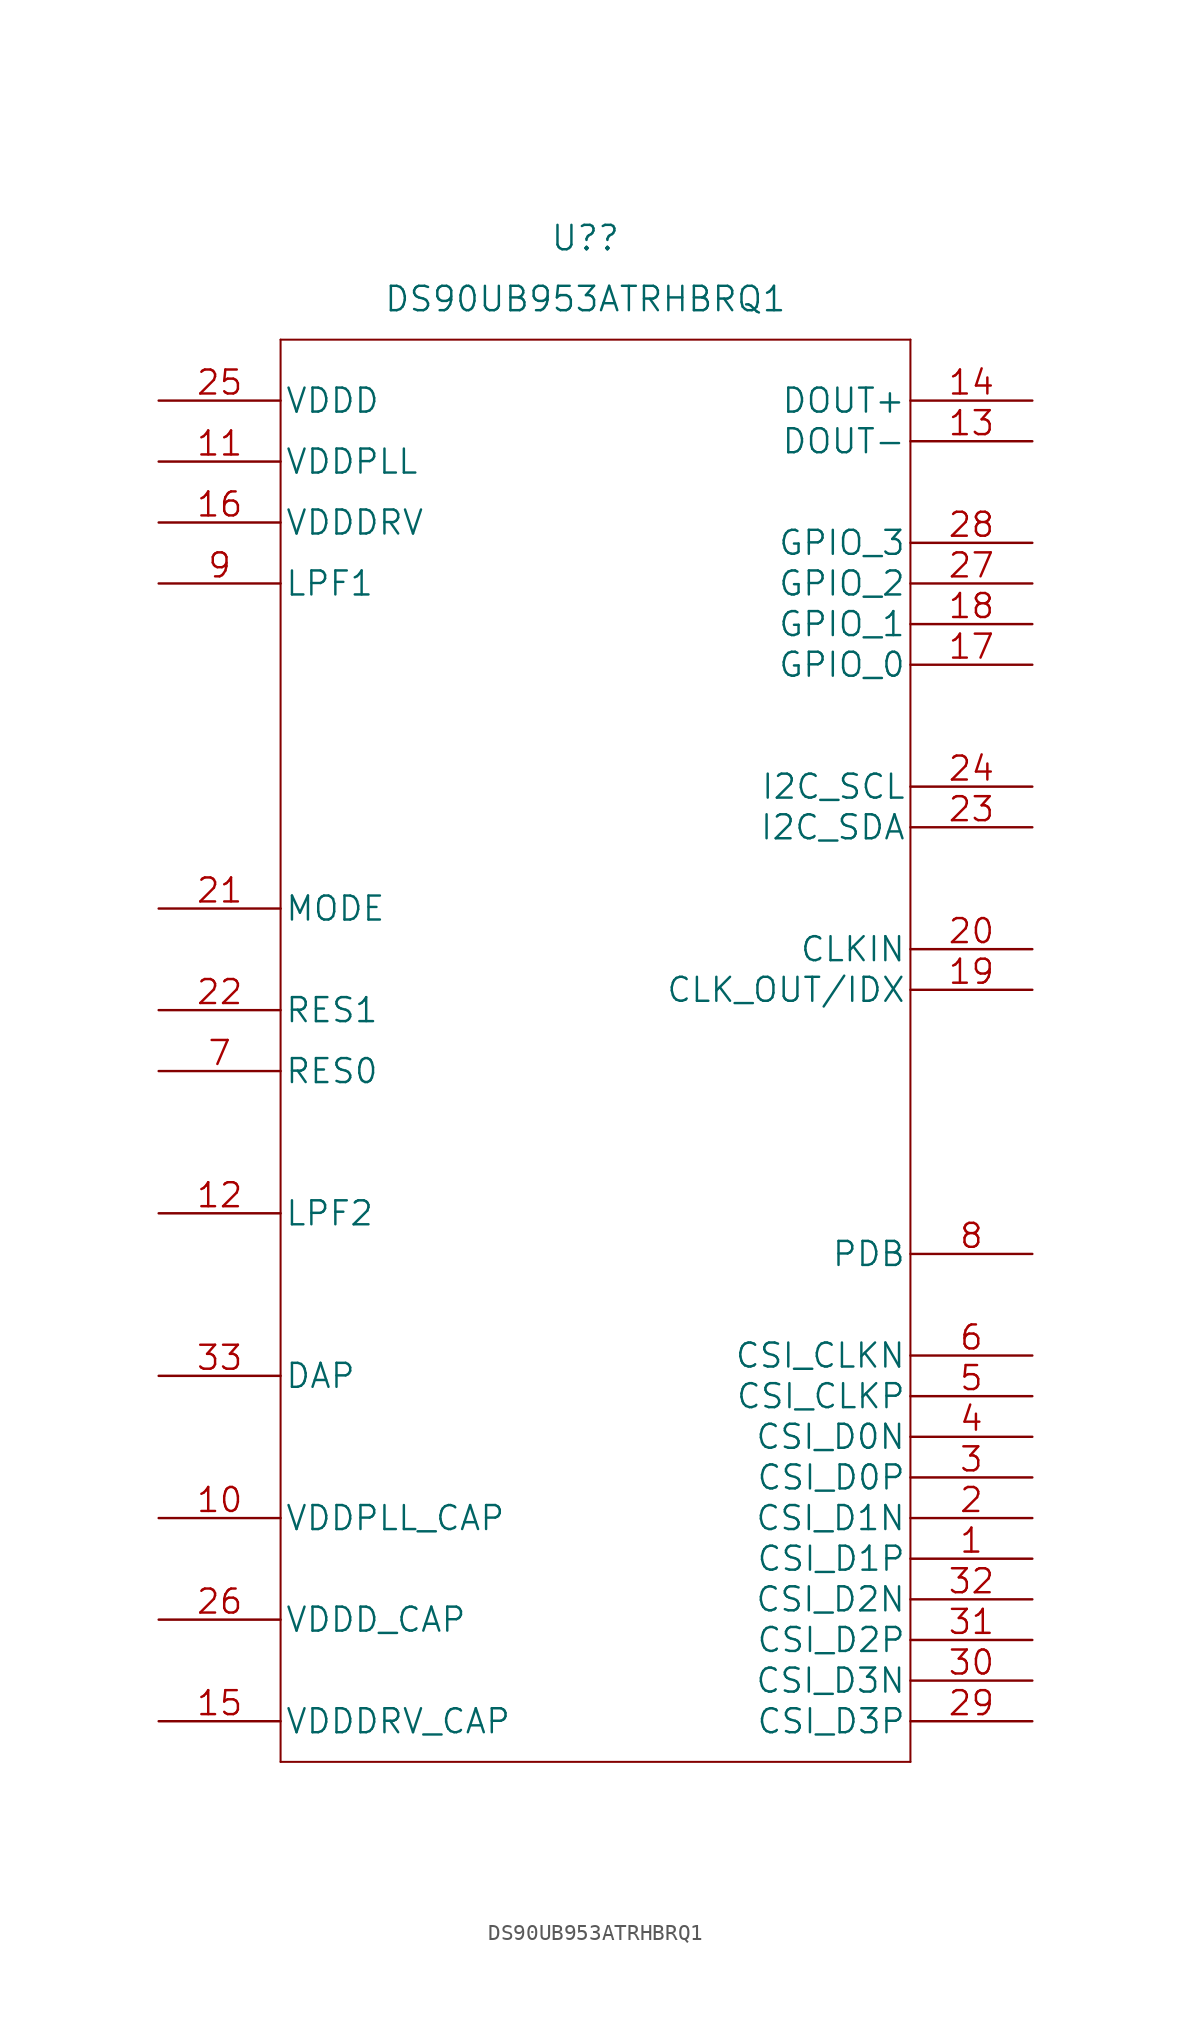
<source format=kicad_sym>
(kicad_symbol_lib
  (version 20211014)
  (generator kicad_symbol_editor)
  (symbol "DS90UB953ATRHBRQ1"
    (pin_names
      (offset 0.254))
    (property "Reference" "U?"
      (at 26.67 11.43 0)
      (effects (font (size 1.524 1.524))))
    (property "Value" "DS90UB953ATRHBRQ1"
      (at 26.67 7.62 0)
      (effects (font (size 1.524 1.524))))
    (property "Datasheet" ""
      (at 0 0 0)
      (effects (font (size 1.524 1.524))))
    (property "ki_locked" ""
      (at 0 0 0)
      (effects (font (size 1.27 1.27))))
    (symbol "DS90UB953ATRHBRQ1_1_1"
      (polyline (pts (xy 7.62 -83.82) (xy 46.99 -83.82)) (stroke (width 0.127) (type default) (color 0 0 0 0)) (fill (type none)))
      (polyline (pts (xy 7.62 5.08) (xy 7.62 -83.82)) (stroke (width 0.127) (type default) (color 0 0 0 0)) (fill (type none)))
      (polyline (pts (xy 46.99 -83.82) (xy 46.99 5.08)) (stroke (width 0.127) (type default) (color 0 0 0 0)) (fill (type none)))
      (polyline (pts (xy 46.99 5.08) (xy 7.62 5.08)) (stroke (width 0.127) (type default) (color 0 0 0 0)) (fill (type none)))
      (pin input line (at 54.61 -71.12 180) (length 7.62) (name "CSI_D1P" (effects (font (size 1.499 1.499)))) (number "1" (effects (font (size 1.499 1.499)))))
      (pin power_in line (at 0 -68.58 0) (length 7.62) (name "VDDPLL_CAP" (effects (font (size 1.499 1.499)))) (number "10" (effects (font (size 1.499 1.499)))))
      (pin power_in line (at 0 -2.54 0) (length 7.62) (name "VDDPLL" (effects (font (size 1.499 1.499)))) (number "11" (effects (font (size 1.499 1.499)))))
      (pin power_in line (at 0 -49.53 0) (length 7.62) (name "LPF2" (effects (font (size 1.499 1.499)))) (number "12" (effects (font (size 1.499 1.499)))))
      (pin bidirectional line (at 54.61 -1.27 180) (length 7.62) (name "DOUT-" (effects (font (size 1.499 1.499)))) (number "13" (effects (font (size 1.499 1.499)))))
      (pin bidirectional line (at 54.61 1.27 180) (length 7.62) (name "DOUT+" (effects (font (size 1.499 1.499)))) (number "14" (effects (font (size 1.499 1.499)))))
      (pin power_in line (at 0 -81.28 0) (length 7.62) (name "VDDDRV_CAP" (effects (font (size 1.499 1.499)))) (number "15" (effects (font (size 1.499 1.499)))))
      (pin power_in line (at 0 -6.35 0) (length 7.62) (name "VDDDRV" (effects (font (size 1.499 1.499)))) (number "16" (effects (font (size 1.499 1.499)))))
      (pin bidirectional line (at 54.61 -15.24 180) (length 7.62) (name "GPIO_0" (effects (font (size 1.499 1.499)))) (number "17" (effects (font (size 1.499 1.499)))))
      (pin bidirectional line (at 54.61 -12.7 180) (length 7.62) (name "GPIO_1" (effects (font (size 1.499 1.499)))) (number "18" (effects (font (size 1.499 1.499)))))
      (pin bidirectional line (at 54.61 -35.56 180) (length 7.62) (name "CLK_OUT/IDX" (effects (font (size 1.499 1.499)))) (number "19" (effects (font (size 1.499 1.499)))))
      (pin input line (at 54.61 -68.58 180) (length 7.62) (name "CSI_D1N" (effects (font (size 1.499 1.499)))) (number "2" (effects (font (size 1.499 1.499)))))
      (pin input line (at 54.61 -33.02 180) (length 7.62) (name "CLKIN" (effects (font (size 1.499 1.499)))) (number "20" (effects (font (size 1.499 1.499)))))
      (pin input line (at 0 -30.48 0) (length 7.62) (name "MODE" (effects (font (size 1.499 1.499)))) (number "21" (effects (font (size 1.499 1.499)))))
      (pin input line (at 0 -36.83 0) (length 7.62) (name "RES1" (effects (font (size 1.499 1.499)))) (number "22" (effects (font (size 1.499 1.499)))))
      (pin unspecified line (at 54.61 -25.4 180) (length 7.62) (name "I2C_SDA" (effects (font (size 1.499 1.499)))) (number "23" (effects (font (size 1.499 1.499)))))
      (pin unspecified line (at 54.61 -22.86 180) (length 7.62) (name "I2C_SCL" (effects (font (size 1.499 1.499)))) (number "24" (effects (font (size 1.499 1.499)))))
      (pin power_in line (at 0 1.27 0) (length 7.62) (name "VDDD" (effects (font (size 1.499 1.499)))) (number "25" (effects (font (size 1.499 1.499)))))
      (pin power_in line (at 0 -74.93 0) (length 7.62) (name "VDDD_CAP" (effects (font (size 1.499 1.499)))) (number "26" (effects (font (size 1.499 1.499)))))
      (pin bidirectional line (at 54.61 -10.16 180) (length 7.62) (name "GPIO_2" (effects (font (size 1.499 1.499)))) (number "27" (effects (font (size 1.499 1.499)))))
      (pin bidirectional line (at 54.61 -7.62 180) (length 7.62) (name "GPIO_3" (effects (font (size 1.499 1.499)))) (number "28" (effects (font (size 1.499 1.499)))))
      (pin input line (at 54.61 -81.28 180) (length 7.62) (name "CSI_D3P" (effects (font (size 1.499 1.499)))) (number "29" (effects (font (size 1.499 1.499)))))
      (pin input line (at 54.61 -66.04 180) (length 7.62) (name "CSI_D0P" (effects (font (size 1.499 1.499)))) (number "3" (effects (font (size 1.499 1.499)))))
      (pin input line (at 54.61 -78.74 180) (length 7.62) (name "CSI_D3N" (effects (font (size 1.499 1.499)))) (number "30" (effects (font (size 1.499 1.499)))))
      (pin input line (at 54.61 -76.2 180) (length 7.62) (name "CSI_D2P" (effects (font (size 1.499 1.499)))) (number "31" (effects (font (size 1.499 1.499)))))
      (pin input line (at 54.61 -73.66 180) (length 7.62) (name "CSI_D2N" (effects (font (size 1.499 1.499)))) (number "32" (effects (font (size 1.499 1.499)))))
      (pin power_in line (at 0 -59.69 0) (length 7.62) (name "DAP" (effects (font (size 1.499 1.499)))) (number "33" (effects (font (size 1.499 1.499)))))
      (pin input line (at 54.61 -63.5 180) (length 7.62) (name "CSI_D0N" (effects (font (size 1.499 1.499)))) (number "4" (effects (font (size 1.499 1.499)))))
      (pin input line (at 54.61 -60.96 180) (length 7.62) (name "CSI_CLKP" (effects (font (size 1.499 1.499)))) (number "5" (effects (font (size 1.499 1.499)))))
      (pin input line (at 54.61 -58.42 180) (length 7.62) (name "CSI_CLKN" (effects (font (size 1.499 1.499)))) (number "6" (effects (font (size 1.499 1.499)))))
      (pin input line (at 0 -40.64 0) (length 7.62) (name "RES0" (effects (font (size 1.499 1.499)))) (number "7" (effects (font (size 1.499 1.499)))))
      (pin input line (at 54.61 -52.07 180) (length 7.62) (name "PDB" (effects (font (size 1.499 1.499)))) (number "8" (effects (font (size 1.499 1.499)))))
      (pin power_in line (at 0 -10.16 0) (length 7.62) (name "LPF1" (effects (font (size 1.499 1.499)))) (number "9" (effects (font (size 1.499 1.499))))))))
</source>
